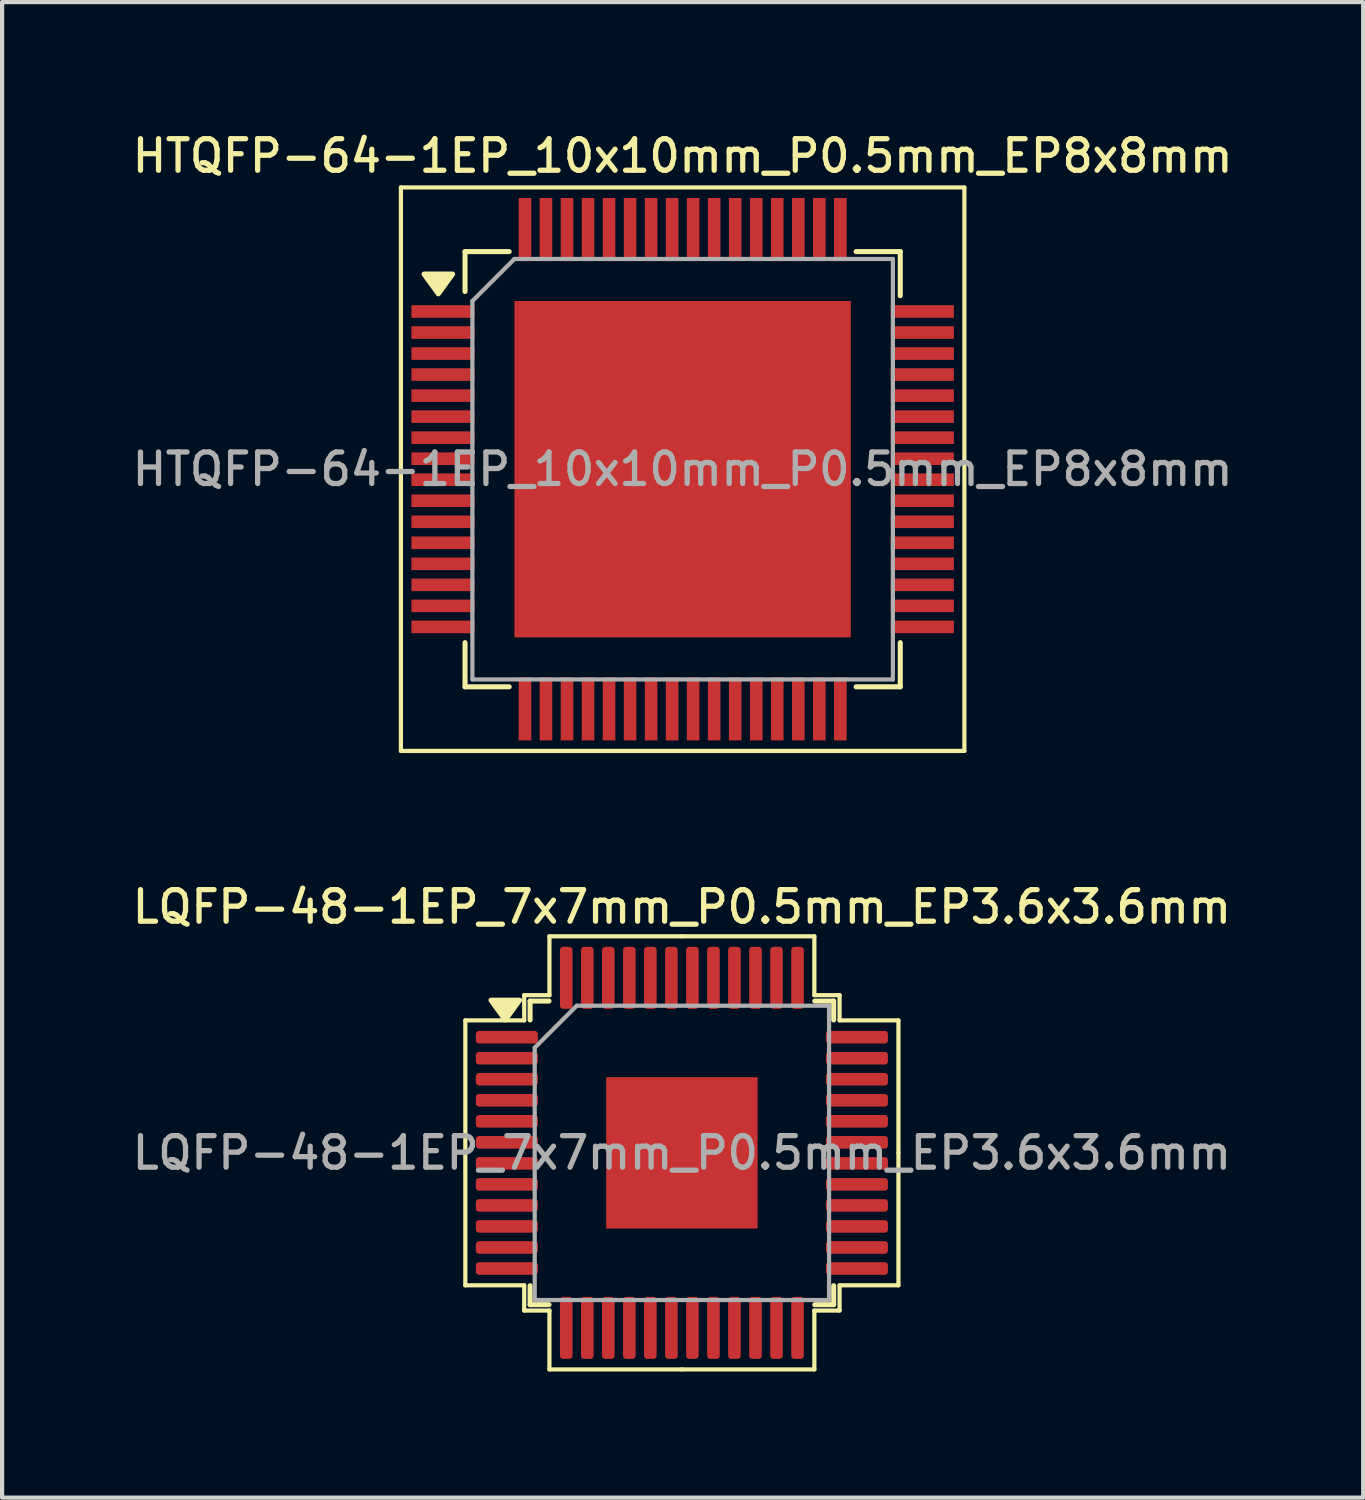
<source format=kicad_pcb>
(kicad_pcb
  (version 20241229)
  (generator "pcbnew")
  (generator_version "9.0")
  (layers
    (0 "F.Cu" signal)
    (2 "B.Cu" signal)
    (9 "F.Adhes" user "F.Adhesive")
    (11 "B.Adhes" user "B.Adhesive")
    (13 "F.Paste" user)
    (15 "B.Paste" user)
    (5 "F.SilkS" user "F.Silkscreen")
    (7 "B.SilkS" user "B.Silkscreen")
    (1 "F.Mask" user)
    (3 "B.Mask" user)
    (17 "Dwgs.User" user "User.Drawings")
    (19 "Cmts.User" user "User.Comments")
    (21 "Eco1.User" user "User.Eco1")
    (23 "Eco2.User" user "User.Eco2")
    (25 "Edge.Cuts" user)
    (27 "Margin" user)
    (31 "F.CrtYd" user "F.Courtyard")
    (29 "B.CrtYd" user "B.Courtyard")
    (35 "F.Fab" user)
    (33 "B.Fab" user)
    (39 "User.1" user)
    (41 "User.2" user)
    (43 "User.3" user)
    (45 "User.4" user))
  (footprint "HTQFP-64-1EP_10x10mm_P0.5mm_EP8x8mm"
    (layer "F.Cu")
    (at 13.184 8.108)
    (property "Reference" "HTQFP-64-1EP_10x10mm_P0.5mm_EP8x8mm" (at 0 -7.45 0) (layer "F.SilkS") (effects (font (size 0.75 0.75) (thickness 0.125))))
    (attr smd)
    (fp_line (start -6.7 -6.7) (end -6.7 6.7) (stroke (width 0.1) (type solid)) (layer "F.SilkS"))
    (fp_line (start -6.7 -6.7) (end 6.7 -6.7) (stroke (width 0.1) (type solid)) (layer "F.SilkS"))
    (fp_line (start -6.7 6.7) (end 6.7 6.7) (stroke (width 0.1) (type solid)) (layer "F.SilkS"))
    (fp_line (start -5.175 -5.175) (end -5.175 -4.225) (stroke (width 0.12) (type solid)) (layer "F.SilkS"))
    (fp_line (start -5.175 -5.175) (end -4.125 -5.175) (stroke (width 0.12) (type solid)) (layer "F.SilkS"))
    (fp_line (start -5.175 5.175) (end -5.175 4.125) (stroke (width 0.12) (type solid)) (layer "F.SilkS"))
    (fp_line (start -5.175 5.175) (end -4.125 5.175) (stroke (width 0.12) (type solid)) (layer "F.SilkS"))
    (fp_line (start 5.175 -5.175) (end 4.125 -5.175) (stroke (width 0.12) (type solid)) (layer "F.SilkS"))
    (fp_line (start 5.175 -5.175) (end 5.175 -4.125) (stroke (width 0.12) (type solid)) (layer "F.SilkS"))
    (fp_line (start 5.175 5.175) (end 4.125 5.175) (stroke (width 0.12) (type solid)) (layer "F.SilkS"))
    (fp_line (start 5.175 5.175) (end 5.175 4.125) (stroke (width 0.12) (type solid)) (layer "F.SilkS"))
    (fp_line (start 6.7 -6.7) (end 6.7 6.7) (stroke (width 0.1) (type solid)) (layer "F.SilkS"))
    (fp_poly (pts (xy -5.81 -4.17) (xy -6.15 -4.64) (xy -5.47 -4.64) (xy -5.81 -4.17)) (stroke (width 0.12) (type solid)) (fill yes) (layer "F.SilkS"))
    (fp_line (start -5 -4) (end -4 -5) (stroke (width 0.1) (type solid)) (layer "F.Fab"))
    (fp_line (start -5 5) (end -5 -4) (stroke (width 0.1) (type solid)) (layer "F.Fab"))
    (fp_line (start -4 -5) (end 5 -5) (stroke (width 0.1) (type solid)) (layer "F.Fab"))
    (fp_line (start 5 -5) (end 5 5) (stroke (width 0.1) (type solid)) (layer "F.Fab"))
    (fp_line (start 5 5) (end -5 5) (stroke (width 0.1) (type solid)) (layer "F.Fab"))
    (fp_text user "${REFERENCE}" (at 0 0 0) (layer "F.Fab") (effects (font (size 0.75 0.75) (thickness 0.125))))
    (pad "" smd rect (at -2 -2 180) (size 3.2 3.2) (layers "F.Paste"))
    (pad "" smd rect (at -2 2 180) (size 3.2 3.2) (layers "F.Paste"))
    (pad "" smd rect (at 2 -2 180) (size 3.2 3.2) (layers "F.Paste"))
    (pad "" smd rect (at 2 2 180) (size 3.2 3.2) (layers "F.Paste"))
    (pad "1" smd rect (at -5.7 -3.75) (size 1.5 0.3) (layers "F.Cu" "F.Mask" "F.Paste"))
    (pad "2" smd rect (at -5.7 -3.25) (size 1.5 0.3) (layers "F.Cu" "F.Mask" "F.Paste"))
    (pad "3" smd rect (at -5.7 -2.75) (size 1.5 0.3) (layers "F.Cu" "F.Mask" "F.Paste"))
    (pad "4" smd rect (at -5.7 -2.25) (size 1.5 0.3) (layers "F.Cu" "F.Mask" "F.Paste"))
    (pad "5" smd rect (at -5.7 -1.75) (size 1.5 0.3) (layers "F.Cu" "F.Mask" "F.Paste"))
    (pad "6" smd rect (at -5.7 -1.25) (size 1.5 0.3) (layers "F.Cu" "F.Mask" "F.Paste"))
    (pad "7" smd rect (at -5.7 -0.75) (size 1.5 0.3) (layers "F.Cu" "F.Mask" "F.Paste"))
    (pad "8" smd rect (at -5.7 -0.25) (size 1.5 0.3) (layers "F.Cu" "F.Mask" "F.Paste"))
    (pad "9" smd rect (at -5.7 0.25) (size 1.5 0.3) (layers "F.Cu" "F.Mask" "F.Paste"))
    (pad "10" smd rect (at -5.7 0.75) (size 1.5 0.3) (layers "F.Cu" "F.Mask" "F.Paste"))
    (pad "11" smd rect (at -5.7 1.25) (size 1.5 0.3) (layers "F.Cu" "F.Mask" "F.Paste"))
    (pad "12" smd rect (at -5.7 1.75) (size 1.5 0.3) (layers "F.Cu" "F.Mask" "F.Paste"))
    (pad "13" smd rect (at -5.7 2.25) (size 1.5 0.3) (layers "F.Cu" "F.Mask" "F.Paste"))
    (pad "14" smd rect (at -5.7 2.75) (size 1.5 0.3) (layers "F.Cu" "F.Mask" "F.Paste"))
    (pad "15" smd rect (at -5.7 3.25) (size 1.5 0.3) (layers "F.Cu" "F.Mask" "F.Paste"))
    (pad "16" smd rect (at -5.7 3.75) (size 1.5 0.3) (layers "F.Cu" "F.Mask" "F.Paste"))
    (pad "17" smd rect (at -3.75 5.7 90) (size 1.5 0.3) (layers "F.Cu" "F.Mask" "F.Paste"))
    (pad "18" smd rect (at -3.25 5.7 90) (size 1.5 0.3) (layers "F.Cu" "F.Mask" "F.Paste"))
    (pad "19" smd rect (at -2.75 5.7 90) (size 1.5 0.3) (layers "F.Cu" "F.Mask" "F.Paste"))
    (pad "20" smd rect (at -2.25 5.7 90) (size 1.5 0.3) (layers "F.Cu" "F.Mask" "F.Paste"))
    (pad "21" smd rect (at -1.75 5.7 90) (size 1.5 0.3) (layers "F.Cu" "F.Mask" "F.Paste"))
    (pad "22" smd rect (at -1.25 5.7 90) (size 1.5 0.3) (layers "F.Cu" "F.Mask" "F.Paste"))
    (pad "23" smd rect (at -0.75 5.7 90) (size 1.5 0.3) (layers "F.Cu" "F.Mask" "F.Paste"))
    (pad "24" smd rect (at -0.25 5.7 90) (size 1.5 0.3) (layers "F.Cu" "F.Mask" "F.Paste"))
    (pad "25" smd rect (at 0.25 5.7 90) (size 1.5 0.3) (layers "F.Cu" "F.Mask" "F.Paste"))
    (pad "26" smd rect (at 0.75 5.7 90) (size 1.5 0.3) (layers "F.Cu" "F.Mask" "F.Paste"))
    (pad "27" smd rect (at 1.25 5.7 90) (size 1.5 0.3) (layers "F.Cu" "F.Mask" "F.Paste"))
    (pad "28" smd rect (at 1.75 5.7 90) (size 1.5 0.3) (layers "F.Cu" "F.Mask" "F.Paste"))
    (pad "29" smd rect (at 2.25 5.7 90) (size 1.5 0.3) (layers "F.Cu" "F.Mask" "F.Paste"))
    (pad "30" smd rect (at 2.75 5.7 90) (size 1.5 0.3) (layers "F.Cu" "F.Mask" "F.Paste"))
    (pad "31" smd rect (at 3.25 5.7 90) (size 1.5 0.3) (layers "F.Cu" "F.Mask" "F.Paste"))
    (pad "32" smd rect (at 3.75 5.7 90) (size 1.5 0.3) (layers "F.Cu" "F.Mask" "F.Paste"))
    (pad "33" smd rect (at 5.7 3.75) (size 1.5 0.3) (layers "F.Cu" "F.Mask" "F.Paste"))
    (pad "34" smd rect (at 5.7 3.25) (size 1.5 0.3) (layers "F.Cu" "F.Mask" "F.Paste"))
    (pad "35" smd rect (at 5.7 2.75) (size 1.5 0.3) (layers "F.Cu" "F.Mask" "F.Paste"))
    (pad "36" smd rect (at 5.7 2.25) (size 1.5 0.3) (layers "F.Cu" "F.Mask" "F.Paste"))
    (pad "37" smd rect (at 5.7 1.75) (size 1.5 0.3) (layers "F.Cu" "F.Mask" "F.Paste"))
    (pad "38" smd rect (at 5.7 1.25) (size 1.5 0.3) (layers "F.Cu" "F.Mask" "F.Paste"))
    (pad "39" smd rect (at 5.7 0.75) (size 1.5 0.3) (layers "F.Cu" "F.Mask" "F.Paste"))
    (pad "40" smd rect (at 5.7 0.25) (size 1.5 0.3) (layers "F.Cu" "F.Mask" "F.Paste"))
    (pad "41" smd rect (at 5.7 -0.25) (size 1.5 0.3) (layers "F.Cu" "F.Mask" "F.Paste"))
    (pad "42" smd rect (at 5.7 -0.75) (size 1.5 0.3) (layers "F.Cu" "F.Mask" "F.Paste"))
    (pad "43" smd rect (at 5.7 -1.25) (size 1.5 0.3) (layers "F.Cu" "F.Mask" "F.Paste"))
    (pad "44" smd rect (at 5.7 -1.75) (size 1.5 0.3) (layers "F.Cu" "F.Mask" "F.Paste"))
    (pad "45" smd rect (at 5.7 -2.25) (size 1.5 0.3) (layers "F.Cu" "F.Mask" "F.Paste"))
    (pad "46" smd rect (at 5.7 -2.75) (size 1.5 0.3) (layers "F.Cu" "F.Mask" "F.Paste"))
    (pad "47" smd rect (at 5.7 -3.25) (size 1.5 0.3) (layers "F.Cu" "F.Mask" "F.Paste"))
    (pad "48" smd rect (at 5.7 -3.75) (size 1.5 0.3) (layers "F.Cu" "F.Mask" "F.Paste"))
    (pad "49" smd rect (at 3.75 -5.7 90) (size 1.5 0.3) (layers "F.Cu" "F.Mask" "F.Paste"))
    (pad "50" smd rect (at 3.25 -5.7 90) (size 1.5 0.3) (layers "F.Cu" "F.Mask" "F.Paste"))
    (pad "51" smd rect (at 2.75 -5.7 90) (size 1.5 0.3) (layers "F.Cu" "F.Mask" "F.Paste"))
    (pad "52" smd rect (at 2.25 -5.7 90) (size 1.5 0.3) (layers "F.Cu" "F.Mask" "F.Paste"))
    (pad "53" smd rect (at 1.75 -5.7 90) (size 1.5 0.3) (layers "F.Cu" "F.Mask" "F.Paste"))
    (pad "54" smd rect (at 1.25 -5.7 90) (size 1.5 0.3) (layers "F.Cu" "F.Mask" "F.Paste"))
    (pad "55" smd rect (at 0.75 -5.7 90) (size 1.5 0.3) (layers "F.Cu" "F.Mask" "F.Paste"))
    (pad "56" smd rect (at 0.25 -5.7 90) (size 1.5 0.3) (layers "F.Cu" "F.Mask" "F.Paste"))
    (pad "57" smd rect (at -0.25 -5.7 90) (size 1.5 0.3) (layers "F.Cu" "F.Mask" "F.Paste"))
    (pad "58" smd rect (at -0.75 -5.7 90) (size 1.5 0.3) (layers "F.Cu" "F.Mask" "F.Paste"))
    (pad "59" smd rect (at -1.25 -5.7 90) (size 1.5 0.3) (layers "F.Cu" "F.Mask" "F.Paste"))
    (pad "60" smd rect (at -1.75 -5.7 90) (size 1.5 0.3) (layers "F.Cu" "F.Mask" "F.Paste"))
    (pad "61" smd rect (at -2.25 -5.7 90) (size 1.5 0.3) (layers "F.Cu" "F.Mask" "F.Paste"))
    (pad "62" smd rect (at -2.75 -5.7 90) (size 1.5 0.3) (layers "F.Cu" "F.Mask" "F.Paste"))
    (pad "63" smd rect (at -3.25 -5.7 90) (size 1.5 0.3) (layers "F.Cu" "F.Mask" "F.Paste"))
    (pad "64" smd rect (at -3.75 -5.7 90) (size 1.5 0.3) (layers "F.Cu" "F.Mask" "F.Paste"))
    (pad "65" smd rect (at 0 0 180) (size 8 8) (layers "F.Cu" "F.Mask")))
  (footprint "LQFP-48-1EP_7x7mm_P0.5mm_EP3.6x3.6mm"
    (layer "F.Cu")
    (at 13.166 24.366)
    (property "Reference" "LQFP-48-1EP_7x7mm_P0.5mm_EP3.6x3.6mm" (at 0 -5.85 0) (layer "F.SilkS") (effects (font (size 0.75 0.75) (thickness 0.125))))
    (attr smd)
    (fp_line (start -5.15 -3.15) (end -5.15 0) (stroke (width 0.1) (type solid)) (layer "F.SilkS"))
    (fp_line (start -5.15 3.15) (end -5.15 0) (stroke (width 0.1) (type solid)) (layer "F.SilkS"))
    (fp_line (start -3.75 -3.75) (end -3.75 -3.15) (stroke (width 0.1) (type solid)) (layer "F.SilkS"))
    (fp_line (start -3.75 -3.15) (end -5.15 -3.15) (stroke (width 0.1) (type solid)) (layer "F.SilkS"))
    (fp_line (start -3.75 3.15) (end -5.15 3.15) (stroke (width 0.1) (type solid)) (layer "F.SilkS"))
    (fp_line (start -3.75 3.75) (end -3.75 3.15) (stroke (width 0.1) (type solid)) (layer "F.SilkS"))
    (fp_line (start -3.61 -3.61) (end -3.61 -3.16) (stroke (width 0.12) (type solid)) (layer "F.SilkS"))
    (fp_line (start -3.61 3.61) (end -3.61 3.16) (stroke (width 0.12) (type solid)) (layer "F.SilkS"))
    (fp_line (start -3.16 -3.61) (end -3.61 -3.61) (stroke (width 0.12) (type solid)) (layer "F.SilkS"))
    (fp_line (start -3.16 3.61) (end -3.61 3.61) (stroke (width 0.12) (type solid)) (layer "F.SilkS"))
    (fp_line (start -3.15 -5.15) (end -3.15 -3.75) (stroke (width 0.1) (type solid)) (layer "F.SilkS"))
    (fp_line (start -3.15 -3.75) (end -3.75 -3.75) (stroke (width 0.1) (type solid)) (layer "F.SilkS"))
    (fp_line (start -3.15 3.75) (end -3.75 3.75) (stroke (width 0.1) (type solid)) (layer "F.SilkS"))
    (fp_line (start -3.15 5.15) (end -3.15 3.75) (stroke (width 0.1) (type solid)) (layer "F.SilkS"))
    (fp_line (start 0 -5.15) (end -3.15 -5.15) (stroke (width 0.1) (type solid)) (layer "F.SilkS"))
    (fp_line (start 0 -5.15) (end 3.15 -5.15) (stroke (width 0.1) (type solid)) (layer "F.SilkS"))
    (fp_line (start 0 5.15) (end -3.15 5.15) (stroke (width 0.1) (type solid)) (layer "F.SilkS"))
    (fp_line (start 0 5.15) (end 3.15 5.15) (stroke (width 0.1) (type solid)) (layer "F.SilkS"))
    (fp_line (start 3.15 -5.15) (end 3.15 -3.75) (stroke (width 0.1) (type solid)) (layer "F.SilkS"))
    (fp_line (start 3.15 -3.75) (end 3.75 -3.75) (stroke (width 0.1) (type solid)) (layer "F.SilkS"))
    (fp_line (start 3.15 3.75) (end 3.75 3.75) (stroke (width 0.1) (type solid)) (layer "F.SilkS"))
    (fp_line (start 3.15 5.15) (end 3.15 3.75) (stroke (width 0.1) (type solid)) (layer "F.SilkS"))
    (fp_line (start 3.16 -3.61) (end 3.61 -3.61) (stroke (width 0.12) (type solid)) (layer "F.SilkS"))
    (fp_line (start 3.16 3.61) (end 3.61 3.61) (stroke (width 0.12) (type solid)) (layer "F.SilkS"))
    (fp_line (start 3.61 -3.61) (end 3.61 -3.16) (stroke (width 0.12) (type solid)) (layer "F.SilkS"))
    (fp_line (start 3.61 3.61) (end 3.61 3.16) (stroke (width 0.12) (type solid)) (layer "F.SilkS"))
    (fp_line (start 3.75 -3.75) (end 3.75 -3.15) (stroke (width 0.1) (type solid)) (layer "F.SilkS"))
    (fp_line (start 3.75 -3.15) (end 5.15 -3.15) (stroke (width 0.1) (type solid)) (layer "F.SilkS"))
    (fp_line (start 3.75 3.15) (end 5.15 3.15) (stroke (width 0.1) (type solid)) (layer "F.SilkS"))
    (fp_line (start 3.75 3.75) (end 3.75 3.15) (stroke (width 0.1) (type solid)) (layer "F.SilkS"))
    (fp_line (start 5.15 -3.15) (end 5.15 0) (stroke (width 0.1) (type solid)) (layer "F.SilkS"))
    (fp_line (start 5.15 3.15) (end 5.15 0) (stroke (width 0.1) (type solid)) (layer "F.SilkS"))
    (fp_poly (pts (xy -4.2 -3.16) (xy -4.54 -3.63) (xy -3.86 -3.63) (xy -4.2 -3.16)) (stroke (width 0.12) (type solid)) (fill yes) (layer "F.SilkS"))
    (fp_line (start -3.5 -2.5) (end -2.5 -3.5) (stroke (width 0.1) (type solid)) (layer "F.Fab"))
    (fp_line (start -3.5 3.5) (end -3.5 -2.5) (stroke (width 0.1) (type solid)) (layer "F.Fab"))
    (fp_line (start -2.5 -3.5) (end 3.5 -3.5) (stroke (width 0.1) (type solid)) (layer "F.Fab"))
    (fp_line (start 3.5 -3.5) (end 3.5 3.5) (stroke (width 0.1) (type solid)) (layer "F.Fab"))
    (fp_line (start 3.5 3.5) (end -3.5 3.5) (stroke (width 0.1) (type solid)) (layer "F.Fab"))
    (fp_text user "${REFERENCE}" (at 0 0 0) (layer "F.Fab") (effects (font (size 0.75 0.75) (thickness 0.125))))
    (pad "" smd roundrect (at -1.2 -1.2) (size 0.97 0.97) (layers "F.Paste") (roundrect_rratio 0.25))
    (pad "" smd roundrect (at -1.2 0) (size 0.97 0.97) (layers "F.Paste") (roundrect_rratio 0.25))
    (pad "" smd roundrect (at -1.2 1.2) (size 0.97 0.97) (layers "F.Paste") (roundrect_rratio 0.25))
    (pad "" smd roundrect (at 0 -1.2) (size 0.97 0.97) (layers "F.Paste") (roundrect_rratio 0.25))
    (pad "" smd roundrect (at 0 0) (size 0.97 0.97) (layers "F.Paste") (roundrect_rratio 0.25))
    (pad "" smd roundrect (at 0 1.2) (size 0.97 0.97) (layers "F.Paste") (roundrect_rratio 0.25))
    (pad "" smd roundrect (at 1.2 -1.2) (size 0.97 0.97) (layers "F.Paste") (roundrect_rratio 0.25))
    (pad "" smd roundrect (at 1.2 0) (size 0.97 0.97) (layers "F.Paste") (roundrect_rratio 0.25))
    (pad "" smd roundrect (at 1.2 1.2) (size 0.97 0.97) (layers "F.Paste") (roundrect_rratio 0.25))
    (pad "1" smd roundrect (at -4.162 -2.75) (size 1.475 0.3) (layers "F.Cu" "F.Mask" "F.Paste") (roundrect_rratio 0.25))
    (pad "2" smd roundrect (at -4.162 -2.25) (size 1.475 0.3) (layers "F.Cu" "F.Mask" "F.Paste") (roundrect_rratio 0.25))
    (pad "3" smd roundrect (at -4.162 -1.75) (size 1.475 0.3) (layers "F.Cu" "F.Mask" "F.Paste") (roundrect_rratio 0.25))
    (pad "4" smd roundrect (at -4.162 -1.25) (size 1.475 0.3) (layers "F.Cu" "F.Mask" "F.Paste") (roundrect_rratio 0.25))
    (pad "5" smd roundrect (at -4.162 -0.75) (size 1.475 0.3) (layers "F.Cu" "F.Mask" "F.Paste") (roundrect_rratio 0.25))
    (pad "6" smd roundrect (at -4.162 -0.25) (size 1.475 0.3) (layers "F.Cu" "F.Mask" "F.Paste") (roundrect_rratio 0.25))
    (pad "7" smd roundrect (at -4.162 0.25) (size 1.475 0.3) (layers "F.Cu" "F.Mask" "F.Paste") (roundrect_rratio 0.25))
    (pad "8" smd roundrect (at -4.162 0.75) (size 1.475 0.3) (layers "F.Cu" "F.Mask" "F.Paste") (roundrect_rratio 0.25))
    (pad "9" smd roundrect (at -4.162 1.25) (size 1.475 0.3) (layers "F.Cu" "F.Mask" "F.Paste") (roundrect_rratio 0.25))
    (pad "10" smd roundrect (at -4.162 1.75) (size 1.475 0.3) (layers "F.Cu" "F.Mask" "F.Paste") (roundrect_rratio 0.25))
    (pad "11" smd roundrect (at -4.162 2.25) (size 1.475 0.3) (layers "F.Cu" "F.Mask" "F.Paste") (roundrect_rratio 0.25))
    (pad "12" smd roundrect (at -4.162 2.75) (size 1.475 0.3) (layers "F.Cu" "F.Mask" "F.Paste") (roundrect_rratio 0.25))
    (pad "13" smd roundrect (at -2.75 4.162) (size 0.3 1.475) (layers "F.Cu" "F.Mask" "F.Paste") (roundrect_rratio 0.25))
    (pad "14" smd roundrect (at -2.25 4.162) (size 0.3 1.475) (layers "F.Cu" "F.Mask" "F.Paste") (roundrect_rratio 0.25))
    (pad "15" smd roundrect (at -1.75 4.162) (size 0.3 1.475) (layers "F.Cu" "F.Mask" "F.Paste") (roundrect_rratio 0.25))
    (pad "16" smd roundrect (at -1.25 4.162) (size 0.3 1.475) (layers "F.Cu" "F.Mask" "F.Paste") (roundrect_rratio 0.25))
    (pad "17" smd roundrect (at -0.75 4.162) (size 0.3 1.475) (layers "F.Cu" "F.Mask" "F.Paste") (roundrect_rratio 0.25))
    (pad "18" smd roundrect (at -0.25 4.162) (size 0.3 1.475) (layers "F.Cu" "F.Mask" "F.Paste") (roundrect_rratio 0.25))
    (pad "19" smd roundrect (at 0.25 4.162) (size 0.3 1.475) (layers "F.Cu" "F.Mask" "F.Paste") (roundrect_rratio 0.25))
    (pad "20" smd roundrect (at 0.75 4.162) (size 0.3 1.475) (layers "F.Cu" "F.Mask" "F.Paste") (roundrect_rratio 0.25))
    (pad "21" smd roundrect (at 1.25 4.162) (size 0.3 1.475) (layers "F.Cu" "F.Mask" "F.Paste") (roundrect_rratio 0.25))
    (pad "22" smd roundrect (at 1.75 4.162) (size 0.3 1.475) (layers "F.Cu" "F.Mask" "F.Paste") (roundrect_rratio 0.25))
    (pad "23" smd roundrect (at 2.25 4.162) (size 0.3 1.475) (layers "F.Cu" "F.Mask" "F.Paste") (roundrect_rratio 0.25))
    (pad "24" smd roundrect (at 2.75 4.162) (size 0.3 1.475) (layers "F.Cu" "F.Mask" "F.Paste") (roundrect_rratio 0.25))
    (pad "25" smd roundrect (at 4.162 2.75) (size 1.475 0.3) (layers "F.Cu" "F.Mask" "F.Paste") (roundrect_rratio 0.25))
    (pad "26" smd roundrect (at 4.162 2.25) (size 1.475 0.3) (layers "F.Cu" "F.Mask" "F.Paste") (roundrect_rratio 0.25))
    (pad "27" smd roundrect (at 4.162 1.75) (size 1.475 0.3) (layers "F.Cu" "F.Mask" "F.Paste") (roundrect_rratio 0.25))
    (pad "28" smd roundrect (at 4.162 1.25) (size 1.475 0.3) (layers "F.Cu" "F.Mask" "F.Paste") (roundrect_rratio 0.25))
    (pad "29" smd roundrect (at 4.162 0.75) (size 1.475 0.3) (layers "F.Cu" "F.Mask" "F.Paste") (roundrect_rratio 0.25))
    (pad "30" smd roundrect (at 4.162 0.25) (size 1.475 0.3) (layers "F.Cu" "F.Mask" "F.Paste") (roundrect_rratio 0.25))
    (pad "31" smd roundrect (at 4.162 -0.25) (size 1.475 0.3) (layers "F.Cu" "F.Mask" "F.Paste") (roundrect_rratio 0.25))
    (pad "32" smd roundrect (at 4.162 -0.75) (size 1.475 0.3) (layers "F.Cu" "F.Mask" "F.Paste") (roundrect_rratio 0.25))
    (pad "33" smd roundrect (at 4.162 -1.25) (size 1.475 0.3) (layers "F.Cu" "F.Mask" "F.Paste") (roundrect_rratio 0.25))
    (pad "34" smd roundrect (at 4.162 -1.75) (size 1.475 0.3) (layers "F.Cu" "F.Mask" "F.Paste") (roundrect_rratio 0.25))
    (pad "35" smd roundrect (at 4.162 -2.25) (size 1.475 0.3) (layers "F.Cu" "F.Mask" "F.Paste") (roundrect_rratio 0.25))
    (pad "36" smd roundrect (at 4.162 -2.75) (size 1.475 0.3) (layers "F.Cu" "F.Mask" "F.Paste") (roundrect_rratio 0.25))
    (pad "37" smd roundrect (at 2.75 -4.162) (size 0.3 1.475) (layers "F.Cu" "F.Mask" "F.Paste") (roundrect_rratio 0.25))
    (pad "38" smd roundrect (at 2.25 -4.162) (size 0.3 1.475) (layers "F.Cu" "F.Mask" "F.Paste") (roundrect_rratio 0.25))
    (pad "39" smd roundrect (at 1.75 -4.162) (size 0.3 1.475) (layers "F.Cu" "F.Mask" "F.Paste") (roundrect_rratio 0.25))
    (pad "40" smd roundrect (at 1.25 -4.162) (size 0.3 1.475) (layers "F.Cu" "F.Mask" "F.Paste") (roundrect_rratio 0.25))
    (pad "41" smd roundrect (at 0.75 -4.162) (size 0.3 1.475) (layers "F.Cu" "F.Mask" "F.Paste") (roundrect_rratio 0.25))
    (pad "42" smd roundrect (at 0.25 -4.162) (size 0.3 1.475) (layers "F.Cu" "F.Mask" "F.Paste") (roundrect_rratio 0.25))
    (pad "43" smd roundrect (at -0.25 -4.162) (size 0.3 1.475) (layers "F.Cu" "F.Mask" "F.Paste") (roundrect_rratio 0.25))
    (pad "44" smd roundrect (at -0.75 -4.162) (size 0.3 1.475) (layers "F.Cu" "F.Mask" "F.Paste") (roundrect_rratio 0.25))
    (pad "45" smd roundrect (at -1.25 -4.162) (size 0.3 1.475) (layers "F.Cu" "F.Mask" "F.Paste") (roundrect_rratio 0.25))
    (pad "46" smd roundrect (at -1.75 -4.162) (size 0.3 1.475) (layers "F.Cu" "F.Mask" "F.Paste") (roundrect_rratio 0.25))
    (pad "47" smd roundrect (at -2.25 -4.162) (size 0.3 1.475) (layers "F.Cu" "F.Mask" "F.Paste") (roundrect_rratio 0.25))
    (pad "48" smd roundrect (at -2.75 -4.162) (size 0.3 1.475) (layers "F.Cu" "F.Mask" "F.Paste") (roundrect_rratio 0.25))
    (pad "49" smd rect (at 0 0) (size 3.6 3.6) (property pad_prop_heatsink) (layers "F.Cu" "F.Mask")))
  (gr_rect
    (start -3 -3)
    (end 29.368 32.566)
    (stroke (width 0.1) (type default))
    (fill no)
    (layer "Edge.Cuts")))
</source>
